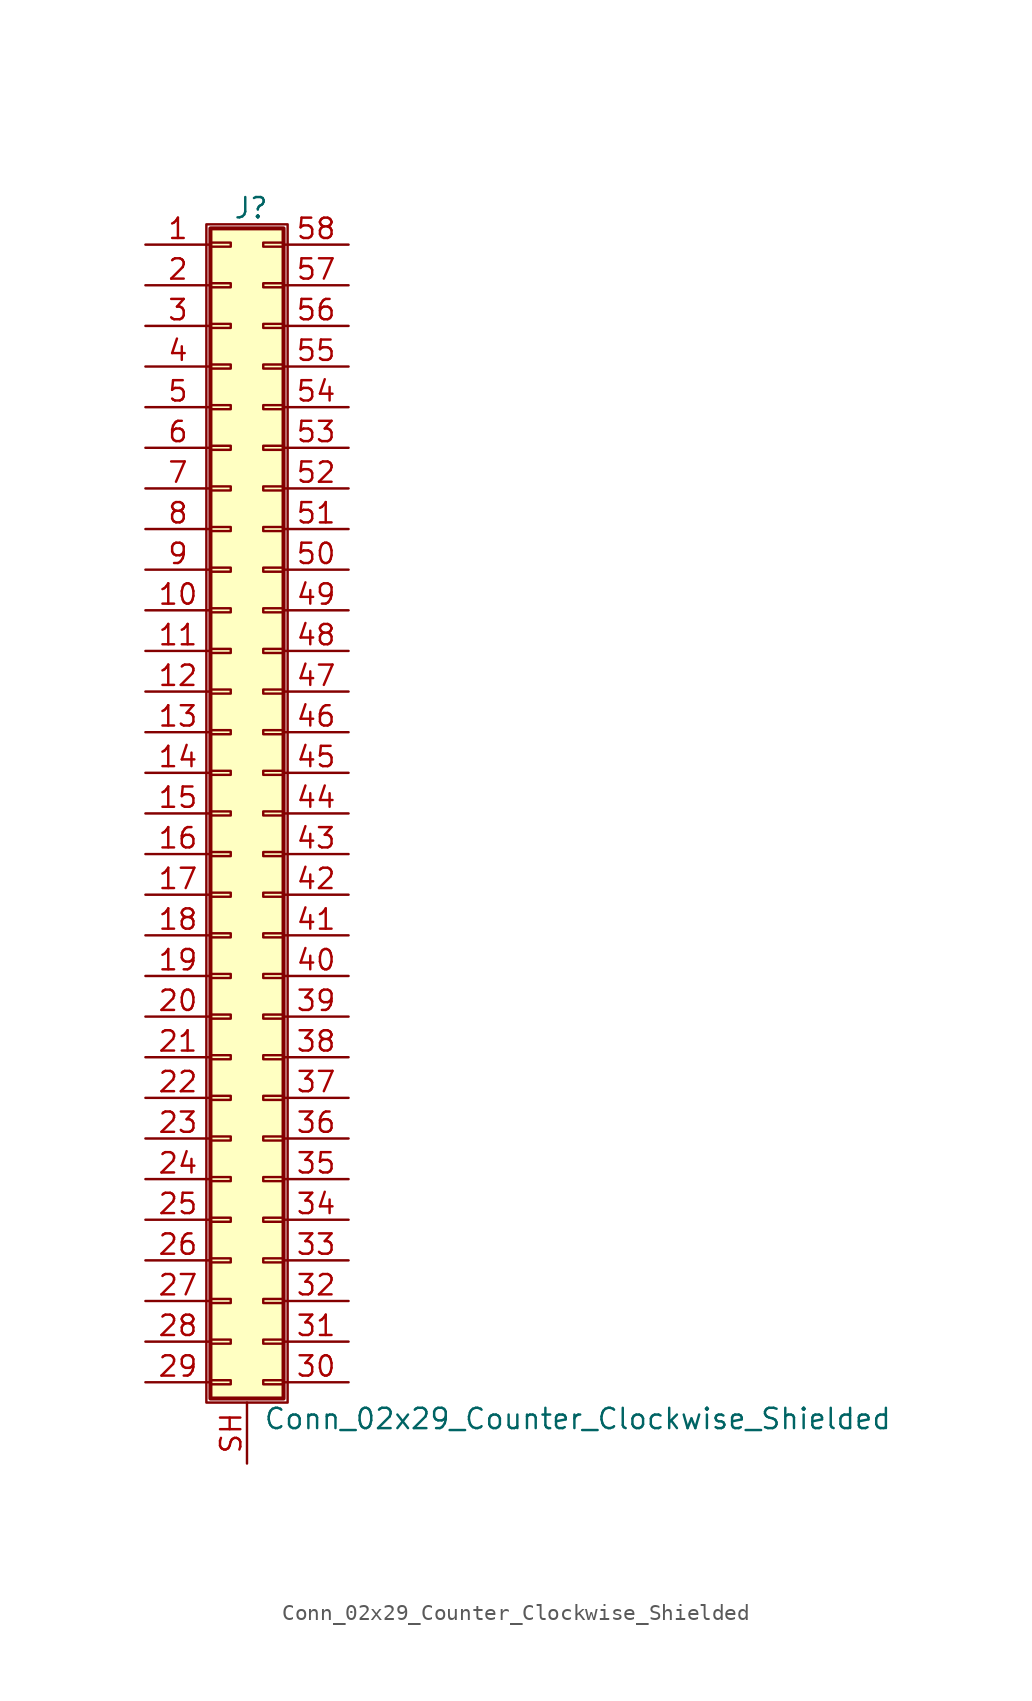
<source format=kicad_sym>
(kicad_symbol_lib
  (version 20201005)
  (generator kicad_symbol_editor)
  (symbol "Connector_Generic_Shielded:Conn_02x29_Counter_Clockwise_Shielded"
    (pin_names
      (offset 1.016) hide)
    (property "Reference" "J"
      (at 1.524 37.846 0)
      (effects (font (size 1.27 1.27))))
    (property "Value" "Conn_02x29_Counter_Clockwise_Shielded"
      (at 2.286 -37.846 0)
      (effects (font (size 1.27 1.27)) (justify left)))
    (symbol "Conn_02x29_Counter_Clockwise_Shielded_1_1"
      (rectangle (start -1.016 -27.813) (end 0.254 -28.067) (stroke (width 0.152)) (fill (type none)))
      (rectangle (start -1.016 -30.353) (end 0.254 -30.607) (stroke (width 0.152)) (fill (type none)))
      (rectangle (start -1.016 -32.893) (end 0.254 -33.147) (stroke (width 0.152)) (fill (type none)))
      (rectangle (start -1.016 -35.433) (end 0.254 -35.687) (stroke (width 0.152)) (fill (type none)))
      (rectangle (start -1.016 -4.953) (end 0.254 -5.207) (stroke (width 0.152)) (fill (type none)))
      (rectangle (start -1.016 -7.493) (end 0.254 -7.747) (stroke (width 0.152)) (fill (type none)))
      (rectangle (start -1.016 -10.033) (end 0.254 -10.287) (stroke (width 0.152)) (fill (type none)))
      (rectangle (start -1.016 -12.573) (end 0.254 -12.827) (stroke (width 0.152)) (fill (type none)))
      (rectangle (start -1.016 -15.113) (end 0.254 -15.367) (stroke (width 0.152)) (fill (type none)))
      (rectangle (start -1.016 -17.653) (end 0.254 -17.907) (stroke (width 0.152)) (fill (type none)))
      (rectangle (start -1.016 -20.193) (end 0.254 -20.447) (stroke (width 0.152)) (fill (type none)))
      (rectangle (start -1.016 -22.733) (end 0.254 -22.987) (stroke (width 0.152)) (fill (type none)))
      (rectangle (start -1.016 -2.413) (end 0.254 -2.667) (stroke (width 0.152)) (fill (type none)))
      (rectangle (start -1.016 -25.273) (end 0.254 -25.527) (stroke (width 0.152)) (fill (type none)))
      (rectangle (start -1.016 25.527) (end 0.254 25.273) (stroke (width 0.152)) (fill (type none)))
      (rectangle (start -1.016 2.667) (end 0.254 2.413) (stroke (width 0.152)) (fill (type none)))
      (rectangle (start -1.016 28.067) (end 0.254 27.813) (stroke (width 0.152)) (fill (type none)))
      (rectangle (start -1.016 30.607) (end 0.254 30.353) (stroke (width 0.152)) (fill (type none)))
      (rectangle (start -1.016 33.147) (end 0.254 32.893) (stroke (width 0.152)) (fill (type none)))
      (rectangle (start -1.016 35.687) (end 0.254 35.433) (stroke (width 0.152)) (fill (type none)))
      (rectangle (start -1.016 36.576) (end 3.556 -36.576) (stroke (width 0.254)) (fill (type background)))
      (rectangle (start -1.016 5.207) (end 0.254 4.953) (stroke (width 0.152)) (fill (type none)))
      (rectangle (start -1.016 7.747) (end 0.254 7.493) (stroke (width 0.152)) (fill (type none)))
      (rectangle (start -1.016 10.287) (end 0.254 10.033) (stroke (width 0.152)) (fill (type none)))
      (rectangle (start -1.016 0.127) (end 0.254 -0.127) (stroke (width 0.152)) (fill (type none)))
      (rectangle (start -1.016 12.827) (end 0.254 12.573) (stroke (width 0.152)) (fill (type none)))
      (rectangle (start -1.016 15.367) (end 0.254 15.113) (stroke (width 0.152)) (fill (type none)))
      (rectangle (start -1.016 17.907) (end 0.254 17.653) (stroke (width 0.152)) (fill (type none)))
      (rectangle (start -1.016 20.447) (end 0.254 20.193) (stroke (width 0.152)) (fill (type none)))
      (rectangle (start -1.016 22.987) (end 0.254 22.733) (stroke (width 0.152)) (fill (type none)))
      (rectangle (start -1.27 36.83) (end 3.81 -36.83) (stroke (width 0.152)) (fill (type none)))
      (rectangle (start 3.556 -27.813) (end 2.286 -28.067) (stroke (width 0.152)) (fill (type none)))
      (rectangle (start 3.556 -30.353) (end 2.286 -30.607) (stroke (width 0.152)) (fill (type none)))
      (rectangle (start 3.556 -32.893) (end 2.286 -33.147) (stroke (width 0.152)) (fill (type none)))
      (rectangle (start 3.556 -35.433) (end 2.286 -35.687) (stroke (width 0.152)) (fill (type none)))
      (rectangle (start 3.556 -4.953) (end 2.286 -5.207) (stroke (width 0.152)) (fill (type none)))
      (rectangle (start 3.556 -7.493) (end 2.286 -7.747) (stroke (width 0.152)) (fill (type none)))
      (rectangle (start 3.556 -10.033) (end 2.286 -10.287) (stroke (width 0.152)) (fill (type none)))
      (rectangle (start 3.556 -12.573) (end 2.286 -12.827) (stroke (width 0.152)) (fill (type none)))
      (rectangle (start 3.556 -15.113) (end 2.286 -15.367) (stroke (width 0.152)) (fill (type none)))
      (rectangle (start 3.556 -17.653) (end 2.286 -17.907) (stroke (width 0.152)) (fill (type none)))
      (rectangle (start 3.556 -20.193) (end 2.286 -20.447) (stroke (width 0.152)) (fill (type none)))
      (rectangle (start 3.556 -22.733) (end 2.286 -22.987) (stroke (width 0.152)) (fill (type none)))
      (rectangle (start 3.556 -2.413) (end 2.286 -2.667) (stroke (width 0.152)) (fill (type none)))
      (rectangle (start 3.556 -25.273) (end 2.286 -25.527) (stroke (width 0.152)) (fill (type none)))
      (rectangle (start 3.556 25.527) (end 2.286 25.273) (stroke (width 0.152)) (fill (type none)))
      (rectangle (start 3.556 2.667) (end 2.286 2.413) (stroke (width 0.152)) (fill (type none)))
      (rectangle (start 3.556 28.067) (end 2.286 27.813) (stroke (width 0.152)) (fill (type none)))
      (rectangle (start 3.556 30.607) (end 2.286 30.353) (stroke (width 0.152)) (fill (type none)))
      (rectangle (start 3.556 33.147) (end 2.286 32.893) (stroke (width 0.152)) (fill (type none)))
      (rectangle (start 3.556 35.687) (end 2.286 35.433) (stroke (width 0.152)) (fill (type none)))
      (rectangle (start 3.556 5.207) (end 2.286 4.953) (stroke (width 0.152)) (fill (type none)))
      (rectangle (start 3.556 7.747) (end 2.286 7.493) (stroke (width 0.152)) (fill (type none)))
      (rectangle (start 3.556 10.287) (end 2.286 10.033) (stroke (width 0.152)) (fill (type none)))
      (rectangle (start 3.556 0.127) (end 2.286 -0.127) (stroke (width 0.152)) (fill (type none)))
      (rectangle (start 3.556 12.827) (end 2.286 12.573) (stroke (width 0.152)) (fill (type none)))
      (rectangle (start 3.556 15.367) (end 2.286 15.113) (stroke (width 0.152)) (fill (type none)))
      (rectangle (start 3.556 17.907) (end 2.286 17.653) (stroke (width 0.152)) (fill (type none)))
      (rectangle (start 3.556 20.447) (end 2.286 20.193) (stroke (width 0.152)) (fill (type none)))
      (rectangle (start 3.556 22.987) (end 2.286 22.733) (stroke (width 0.152)) (fill (type none)))
      (pin passive line (at -5.08 35.56 0) (length 4.064) (name "Pin_1" (effects (font (size 1.27 1.27)))) (number "1" (effects (font (size 1.27 1.27)))))
      (pin passive line (at -5.08 12.7 0) (length 4.064) (name "Pin_10" (effects (font (size 1.27 1.27)))) (number "10" (effects (font (size 1.27 1.27)))))
      (pin passive line (at -5.08 10.16 0) (length 4.064) (name "Pin_11" (effects (font (size 1.27 1.27)))) (number "11" (effects (font (size 1.27 1.27)))))
      (pin passive line (at -5.08 7.62 0) (length 4.064) (name "Pin_12" (effects (font (size 1.27 1.27)))) (number "12" (effects (font (size 1.27 1.27)))))
      (pin passive line (at -5.08 5.08 0) (length 4.064) (name "Pin_13" (effects (font (size 1.27 1.27)))) (number "13" (effects (font (size 1.27 1.27)))))
      (pin passive line (at -5.08 2.54 0) (length 4.064) (name "Pin_14" (effects (font (size 1.27 1.27)))) (number "14" (effects (font (size 1.27 1.27)))))
      (pin passive line (at -5.08 0 0) (length 4.064) (name "Pin_15" (effects (font (size 1.27 1.27)))) (number "15" (effects (font (size 1.27 1.27)))))
      (pin passive line (at -5.08 -2.54 0) (length 4.064) (name "Pin_16" (effects (font (size 1.27 1.27)))) (number "16" (effects (font (size 1.27 1.27)))))
      (pin passive line (at -5.08 -5.08 0) (length 4.064) (name "Pin_17" (effects (font (size 1.27 1.27)))) (number "17" (effects (font (size 1.27 1.27)))))
      (pin passive line (at -5.08 -7.62 0) (length 4.064) (name "Pin_18" (effects (font (size 1.27 1.27)))) (number "18" (effects (font (size 1.27 1.27)))))
      (pin passive line (at -5.08 -10.16 0) (length 4.064) (name "Pin_19" (effects (font (size 1.27 1.27)))) (number "19" (effects (font (size 1.27 1.27)))))
      (pin passive line (at -5.08 33.02 0) (length 4.064) (name "Pin_2" (effects (font (size 1.27 1.27)))) (number "2" (effects (font (size 1.27 1.27)))))
      (pin passive line (at -5.08 -12.7 0) (length 4.064) (name "Pin_20" (effects (font (size 1.27 1.27)))) (number "20" (effects (font (size 1.27 1.27)))))
      (pin passive line (at -5.08 -15.24 0) (length 4.064) (name "Pin_21" (effects (font (size 1.27 1.27)))) (number "21" (effects (font (size 1.27 1.27)))))
      (pin passive line (at -5.08 -17.78 0) (length 4.064) (name "Pin_22" (effects (font (size 1.27 1.27)))) (number "22" (effects (font (size 1.27 1.27)))))
      (pin passive line (at -5.08 -20.32 0) (length 4.064) (name "Pin_23" (effects (font (size 1.27 1.27)))) (number "23" (effects (font (size 1.27 1.27)))))
      (pin passive line (at -5.08 -22.86 0) (length 4.064) (name "Pin_24" (effects (font (size 1.27 1.27)))) (number "24" (effects (font (size 1.27 1.27)))))
      (pin passive line (at -5.08 -25.4 0) (length 4.064) (name "Pin_25" (effects (font (size 1.27 1.27)))) (number "25" (effects (font (size 1.27 1.27)))))
      (pin passive line (at -5.08 -27.94 0) (length 4.064) (name "Pin_26" (effects (font (size 1.27 1.27)))) (number "26" (effects (font (size 1.27 1.27)))))
      (pin passive line (at -5.08 -30.48 0) (length 4.064) (name "Pin_27" (effects (font (size 1.27 1.27)))) (number "27" (effects (font (size 1.27 1.27)))))
      (pin passive line (at -5.08 -33.02 0) (length 4.064) (name "Pin_28" (effects (font (size 1.27 1.27)))) (number "28" (effects (font (size 1.27 1.27)))))
      (pin passive line (at -5.08 -35.56 0) (length 4.064) (name "Pin_29" (effects (font (size 1.27 1.27)))) (number "29" (effects (font (size 1.27 1.27)))))
      (pin passive line (at -5.08 30.48 0) (length 4.064) (name "Pin_3" (effects (font (size 1.27 1.27)))) (number "3" (effects (font (size 1.27 1.27)))))
      (pin passive line (at 7.62 -35.56 180) (length 4.064) (name "Pin_30" (effects (font (size 1.27 1.27)))) (number "30" (effects (font (size 1.27 1.27)))))
      (pin passive line (at 7.62 -33.02 180) (length 4.064) (name "Pin_31" (effects (font (size 1.27 1.27)))) (number "31" (effects (font (size 1.27 1.27)))))
      (pin passive line (at 7.62 -30.48 180) (length 4.064) (name "Pin_32" (effects (font (size 1.27 1.27)))) (number "32" (effects (font (size 1.27 1.27)))))
      (pin passive line (at 7.62 -27.94 180) (length 4.064) (name "Pin_33" (effects (font (size 1.27 1.27)))) (number "33" (effects (font (size 1.27 1.27)))))
      (pin passive line (at 7.62 -25.4 180) (length 4.064) (name "Pin_34" (effects (font (size 1.27 1.27)))) (number "34" (effects (font (size 1.27 1.27)))))
      (pin passive line (at 7.62 -22.86 180) (length 4.064) (name "Pin_35" (effects (font (size 1.27 1.27)))) (number "35" (effects (font (size 1.27 1.27)))))
      (pin passive line (at 7.62 -20.32 180) (length 4.064) (name "Pin_36" (effects (font (size 1.27 1.27)))) (number "36" (effects (font (size 1.27 1.27)))))
      (pin passive line (at 7.62 -17.78 180) (length 4.064) (name "Pin_37" (effects (font (size 1.27 1.27)))) (number "37" (effects (font (size 1.27 1.27)))))
      (pin passive line (at 7.62 -15.24 180) (length 4.064) (name "Pin_38" (effects (font (size 1.27 1.27)))) (number "38" (effects (font (size 1.27 1.27)))))
      (pin passive line (at 7.62 -12.7 180) (length 4.064) (name "Pin_39" (effects (font (size 1.27 1.27)))) (number "39" (effects (font (size 1.27 1.27)))))
      (pin passive line (at -5.08 27.94 0) (length 4.064) (name "Pin_4" (effects (font (size 1.27 1.27)))) (number "4" (effects (font (size 1.27 1.27)))))
      (pin passive line (at 7.62 -10.16 180) (length 4.064) (name "Pin_40" (effects (font (size 1.27 1.27)))) (number "40" (effects (font (size 1.27 1.27)))))
      (pin passive line (at 7.62 -7.62 180) (length 4.064) (name "Pin_41" (effects (font (size 1.27 1.27)))) (number "41" (effects (font (size 1.27 1.27)))))
      (pin passive line (at 7.62 -5.08 180) (length 4.064) (name "Pin_42" (effects (font (size 1.27 1.27)))) (number "42" (effects (font (size 1.27 1.27)))))
      (pin passive line (at 7.62 -2.54 180) (length 4.064) (name "Pin_43" (effects (font (size 1.27 1.27)))) (number "43" (effects (font (size 1.27 1.27)))))
      (pin passive line (at 7.62 0 180) (length 4.064) (name "Pin_44" (effects (font (size 1.27 1.27)))) (number "44" (effects (font (size 1.27 1.27)))))
      (pin passive line (at 7.62 2.54 180) (length 4.064) (name "Pin_45" (effects (font (size 1.27 1.27)))) (number "45" (effects (font (size 1.27 1.27)))))
      (pin passive line (at 7.62 5.08 180) (length 4.064) (name "Pin_46" (effects (font (size 1.27 1.27)))) (number "46" (effects (font (size 1.27 1.27)))))
      (pin passive line (at 7.62 7.62 180) (length 4.064) (name "Pin_47" (effects (font (size 1.27 1.27)))) (number "47" (effects (font (size 1.27 1.27)))))
      (pin passive line (at 7.62 10.16 180) (length 4.064) (name "Pin_48" (effects (font (size 1.27 1.27)))) (number "48" (effects (font (size 1.27 1.27)))))
      (pin passive line (at 7.62 12.7 180) (length 4.064) (name "Pin_49" (effects (font (size 1.27 1.27)))) (number "49" (effects (font (size 1.27 1.27)))))
      (pin passive line (at -5.08 25.4 0) (length 4.064) (name "Pin_5" (effects (font (size 1.27 1.27)))) (number "5" (effects (font (size 1.27 1.27)))))
      (pin passive line (at 7.62 15.24 180) (length 4.064) (name "Pin_50" (effects (font (size 1.27 1.27)))) (number "50" (effects (font (size 1.27 1.27)))))
      (pin passive line (at 7.62 17.78 180) (length 4.064) (name "Pin_51" (effects (font (size 1.27 1.27)))) (number "51" (effects (font (size 1.27 1.27)))))
      (pin passive line (at 7.62 20.32 180) (length 4.064) (name "Pin_52" (effects (font (size 1.27 1.27)))) (number "52" (effects (font (size 1.27 1.27)))))
      (pin passive line (at 7.62 22.86 180) (length 4.064) (name "Pin_53" (effects (font (size 1.27 1.27)))) (number "53" (effects (font (size 1.27 1.27)))))
      (pin passive line (at 7.62 25.4 180) (length 4.064) (name "Pin_54" (effects (font (size 1.27 1.27)))) (number "54" (effects (font (size 1.27 1.27)))))
      (pin passive line (at 7.62 27.94 180) (length 4.064) (name "Pin_55" (effects (font (size 1.27 1.27)))) (number "55" (effects (font (size 1.27 1.27)))))
      (pin passive line (at 7.62 30.48 180) (length 4.064) (name "Pin_56" (effects (font (size 1.27 1.27)))) (number "56" (effects (font (size 1.27 1.27)))))
      (pin passive line (at 7.62 33.02 180) (length 4.064) (name "Pin_57" (effects (font (size 1.27 1.27)))) (number "57" (effects (font (size 1.27 1.27)))))
      (pin passive line (at 7.62 35.56 180) (length 4.064) (name "Pin_58" (effects (font (size 1.27 1.27)))) (number "58" (effects (font (size 1.27 1.27)))))
      (pin passive line (at -5.08 22.86 0) (length 4.064) (name "Pin_6" (effects (font (size 1.27 1.27)))) (number "6" (effects (font (size 1.27 1.27)))))
      (pin passive line (at -5.08 20.32 0) (length 4.064) (name "Pin_7" (effects (font (size 1.27 1.27)))) (number "7" (effects (font (size 1.27 1.27)))))
      (pin passive line (at -5.08 17.78 0) (length 4.064) (name "Pin_8" (effects (font (size 1.27 1.27)))) (number "8" (effects (font (size 1.27 1.27)))))
      (pin passive line (at -5.08 15.24 0) (length 4.064) (name "Pin_9" (effects (font (size 1.27 1.27)))) (number "9" (effects (font (size 1.27 1.27)))))
      (pin passive line (at 1.27 -40.64 90) (length 3.81) (name "Shield" (effects (font (size 1.27 1.27)))) (number "SH" (effects (font (size 1.27 1.27))))))))
</source>
